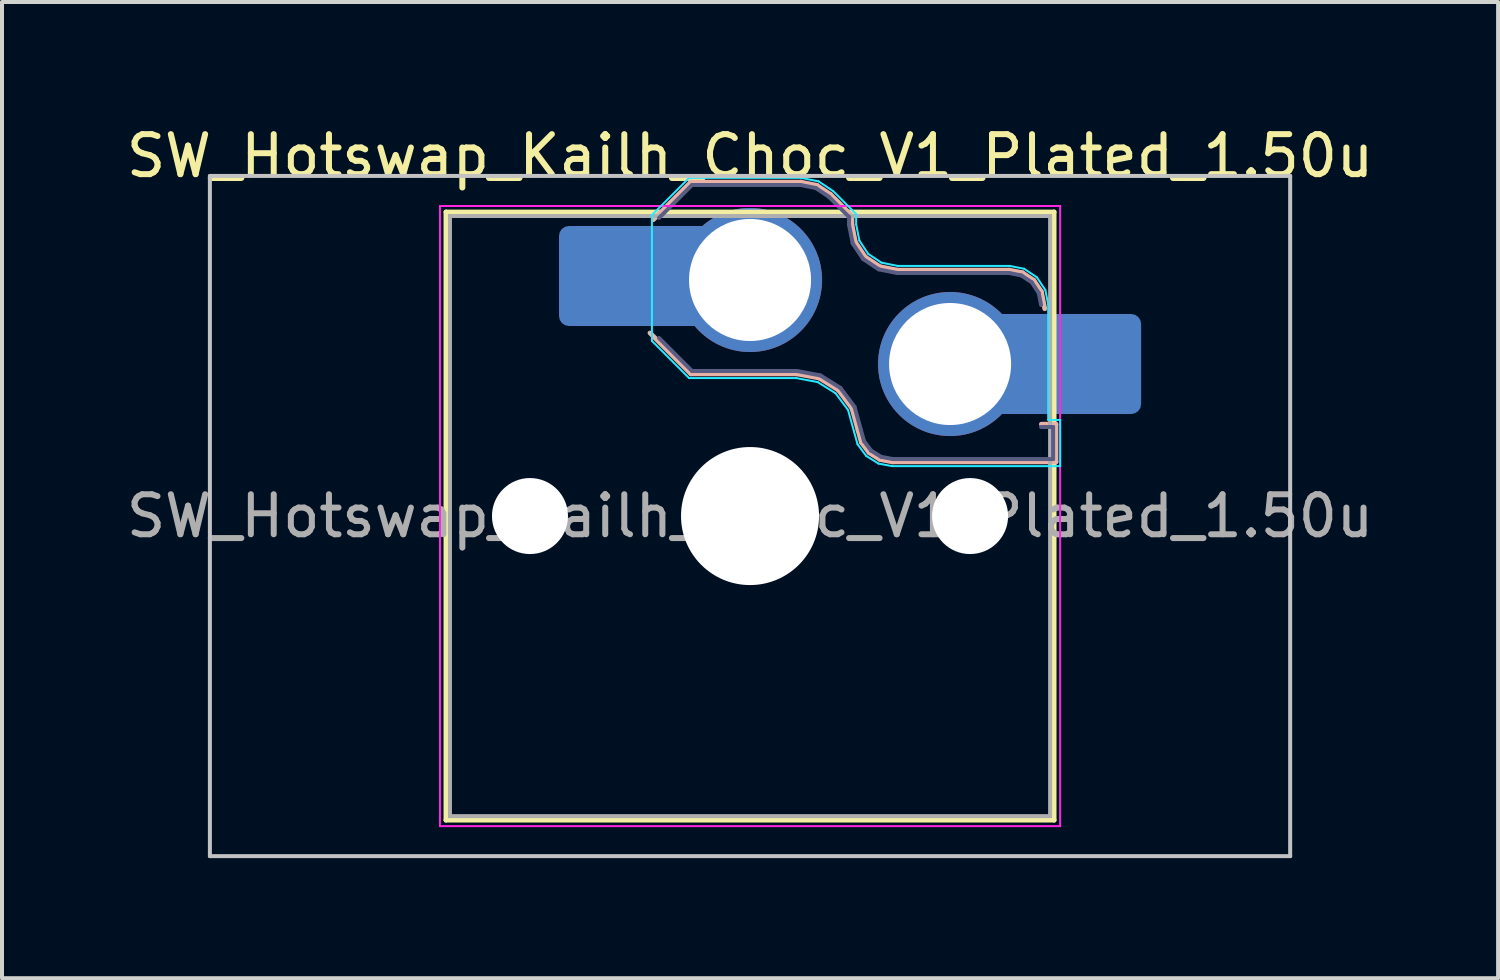
<source format=kicad_pcb>
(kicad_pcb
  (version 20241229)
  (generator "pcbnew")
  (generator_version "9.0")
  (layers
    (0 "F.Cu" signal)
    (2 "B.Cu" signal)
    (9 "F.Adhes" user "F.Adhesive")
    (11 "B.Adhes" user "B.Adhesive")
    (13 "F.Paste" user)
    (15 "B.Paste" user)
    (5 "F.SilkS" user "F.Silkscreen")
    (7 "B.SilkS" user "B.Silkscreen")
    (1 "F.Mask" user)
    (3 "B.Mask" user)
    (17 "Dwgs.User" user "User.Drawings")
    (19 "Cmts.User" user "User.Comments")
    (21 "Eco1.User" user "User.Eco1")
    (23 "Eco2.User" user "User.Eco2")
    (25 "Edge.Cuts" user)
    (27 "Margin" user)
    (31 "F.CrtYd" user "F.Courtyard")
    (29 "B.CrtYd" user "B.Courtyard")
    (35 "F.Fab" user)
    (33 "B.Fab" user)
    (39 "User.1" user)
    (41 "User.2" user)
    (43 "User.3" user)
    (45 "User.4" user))
  (footprint "SW_Hotswap_Kailh_Choc_V1_Plated_1.50u"
    (layer "F.Cu")
    (at 15.696 9.848)
    (property "Reference" "SW_Hotswap_Kailh_Choc_V1_Plated_1.50u" (at 0 -9 0) (layer "F.SilkS") (effects (font (size 1 1) (thickness 0.15))))
    (attr smd)
    (fp_line (start -7.6 -7.6) (end -7.6 7.6) (stroke (width 0.12) (type solid)) (layer "F.SilkS"))
    (fp_line (start -7.6 7.6) (end 7.6 7.6) (stroke (width 0.12) (type solid)) (layer "F.SilkS"))
    (fp_line (start 7.6 -7.6) (end -7.6 -7.6) (stroke (width 0.12) (type solid)) (layer "F.SilkS"))
    (fp_line (start 7.6 7.6) (end 7.6 -7.6) (stroke (width 0.12) (type solid)) (layer "F.SilkS"))
    (fp_line (start -2.416 -7.409) (end -1.479 -8.346) (stroke (width 0.12) (type solid)) (layer "B.SilkS"))
    (fp_line (start -1.479 -8.346) (end 1.268 -8.346) (stroke (width 0.12) (type solid)) (layer "B.SilkS"))
    (fp_line (start -1.479 -3.554) (end -2.5 -4.575) (stroke (width 0.12) (type solid)) (layer "B.SilkS"))
    (fp_line (start 1.168 -3.554) (end -1.479 -3.554) (stroke (width 0.12) (type solid)) (layer "B.SilkS"))
    (fp_line (start 1.268 -8.346) (end 1.671 -8.266) (stroke (width 0.12) (type solid)) (layer "B.SilkS"))
    (fp_line (start 1.671 -8.266) (end 2.013 -8.037) (stroke (width 0.12) (type solid)) (layer "B.SilkS"))
    (fp_line (start 1.73 -3.449) (end 1.168 -3.554) (stroke (width 0.12) (type solid)) (layer "B.SilkS"))
    (fp_line (start 2.013 -8.037) (end 2.546 -7.504) (stroke (width 0.12) (type solid)) (layer "B.SilkS"))
    (fp_line (start 2.209 -3.15) (end 1.73 -3.449) (stroke (width 0.12) (type solid)) (layer "B.SilkS"))
    (fp_line (start 2.546 -7.504) (end 2.546 -7.282) (stroke (width 0.12) (type solid)) (layer "B.SilkS"))
    (fp_line (start 2.546 -7.282) (end 2.633 -6.844) (stroke (width 0.12) (type solid)) (layer "B.SilkS"))
    (fp_line (start 2.547 -2.697) (end 2.209 -3.15) (stroke (width 0.12) (type solid)) (layer "B.SilkS"))
    (fp_line (start 2.633 -6.844) (end 2.877 -6.477) (stroke (width 0.12) (type solid)) (layer "B.SilkS"))
    (fp_line (start 2.701 -2.139) (end 2.547 -2.697) (stroke (width 0.12) (type solid)) (layer "B.SilkS"))
    (fp_line (start 2.783 -1.841) (end 2.701 -2.139) (stroke (width 0.12) (type solid)) (layer "B.SilkS"))
    (fp_line (start 2.877 -6.477) (end 3.244 -6.233) (stroke (width 0.12) (type solid)) (layer "B.SilkS"))
    (fp_line (start 2.976 -1.583) (end 2.783 -1.841) (stroke (width 0.12) (type solid)) (layer "B.SilkS"))
    (fp_line (start 3.244 -6.233) (end 3.682 -6.146) (stroke (width 0.12) (type solid)) (layer "B.SilkS"))
    (fp_line (start 3.25 -1.413) (end 2.976 -1.583) (stroke (width 0.12) (type solid)) (layer "B.SilkS"))
    (fp_line (start 3.56 -1.354) (end 3.25 -1.413) (stroke (width 0.12) (type solid)) (layer "B.SilkS"))
    (fp_line (start 3.682 -6.146) (end 6.482 -6.146) (stroke (width 0.12) (type solid)) (layer "B.SilkS"))
    (fp_line (start 6.482 -6.146) (end 6.809 -6.081) (stroke (width 0.12) (type solid)) (layer "B.SilkS"))
    (fp_line (start 6.809 -6.081) (end 7.092 -5.892) (stroke (width 0.12) (type solid)) (layer "B.SilkS"))
    (fp_line (start 7.092 -5.892) (end 7.281 -5.609) (stroke (width 0.12) (type solid)) (layer "B.SilkS"))
    (fp_line (start 7.281 -5.609) (end 7.366 -5.182) (stroke (width 0.12) (type solid)) (layer "B.SilkS"))
    (fp_line (start 7.283 -2.296) (end 7.646 -2.296) (stroke (width 0.12) (type solid)) (layer "B.SilkS"))
    (fp_line (start 7.646 -2.296) (end 7.646 -1.354) (stroke (width 0.12) (type solid)) (layer "B.SilkS"))
    (fp_line (start 7.646 -1.354) (end 3.56 -1.354) (stroke (width 0.12) (type solid)) (layer "B.SilkS"))
    (fp_line (start -13.5 -8.5) (end -13.5 8.5) (stroke (width 0.1) (type solid)) (layer "Dwgs.User"))
    (fp_line (start -13.5 8.5) (end 13.5 8.5) (stroke (width 0.1) (type solid)) (layer "Dwgs.User"))
    (fp_line (start 13.5 -8.5) (end -13.5 -8.5) (stroke (width 0.1) (type solid)) (layer "Dwgs.User"))
    (fp_line (start 13.5 8.5) (end 13.5 -8.5) (stroke (width 0.1) (type solid)) (layer "Dwgs.User"))
    (fp_line (start -7.25 -7.25) (end -7.25 7.25) (stroke (width 0.1) (type solid)) (layer "Eco1.User"))
    (fp_line (start -7.25 7.25) (end 7.25 7.25) (stroke (width 0.1) (type solid)) (layer "Eco1.User"))
    (fp_line (start 7.25 -7.25) (end -7.25 -7.25) (stroke (width 0.1) (type solid)) (layer "Eco1.User"))
    (fp_line (start 7.25 7.25) (end 7.25 -7.25) (stroke (width 0.1) (type solid)) (layer "Eco1.User"))
    (fp_line (start -2.452 -7.523) (end -1.523 -8.452) (stroke (width 0.05) (type solid)) (layer "B.CrtYd"))
    (fp_line (start -2.452 -4.377) (end -2.452 -7.523) (stroke (width 0.05) (type solid)) (layer "B.CrtYd"))
    (fp_line (start -1.523 -8.452) (end 1.278 -8.452) (stroke (width 0.05) (type solid)) (layer "B.CrtYd"))
    (fp_line (start -1.523 -3.448) (end -2.452 -4.377) (stroke (width 0.05) (type solid)) (layer "B.CrtYd"))
    (fp_line (start 1.159 -3.448) (end -1.523 -3.448) (stroke (width 0.05) (type solid)) (layer "B.CrtYd"))
    (fp_line (start 1.278 -8.452) (end 1.712 -8.366) (stroke (width 0.05) (type solid)) (layer "B.CrtYd"))
    (fp_line (start 1.691 -3.348) (end 1.159 -3.448) (stroke (width 0.05) (type solid)) (layer "B.CrtYd"))
    (fp_line (start 1.712 -8.366) (end 2.081 -8.119) (stroke (width 0.05) (type solid)) (layer "B.CrtYd"))
    (fp_line (start 2.081 -8.119) (end 2.652 -7.548) (stroke (width 0.05) (type solid)) (layer "B.CrtYd"))
    (fp_line (start 2.136 -3.071) (end 1.691 -3.348) (stroke (width 0.05) (type solid)) (layer "B.CrtYd"))
    (fp_line (start 2.45 -2.65) (end 2.136 -3.071) (stroke (width 0.05) (type solid)) (layer "B.CrtYd"))
    (fp_line (start 2.599 -2.111) (end 2.45 -2.65) (stroke (width 0.05) (type solid)) (layer "B.CrtYd"))
    (fp_line (start 2.652 -7.548) (end 2.652 -7.292) (stroke (width 0.05) (type solid)) (layer "B.CrtYd"))
    (fp_line (start 2.652 -7.292) (end 2.733 -6.885) (stroke (width 0.05) (type solid)) (layer "B.CrtYd"))
    (fp_line (start 2.687 -1.794) (end 2.599 -2.111) (stroke (width 0.05) (type solid)) (layer "B.CrtYd"))
    (fp_line (start 2.733 -6.885) (end 2.953 -6.553) (stroke (width 0.05) (type solid)) (layer "B.CrtYd"))
    (fp_line (start 2.903 -1.503) (end 2.687 -1.794) (stroke (width 0.05) (type solid)) (layer "B.CrtYd"))
    (fp_line (start 2.953 -6.553) (end 3.285 -6.333) (stroke (width 0.05) (type solid)) (layer "B.CrtYd"))
    (fp_line (start 3.211 -1.312) (end 2.903 -1.503) (stroke (width 0.05) (type solid)) (layer "B.CrtYd"))
    (fp_line (start 3.285 -6.333) (end 3.692 -6.252) (stroke (width 0.05) (type solid)) (layer "B.CrtYd"))
    (fp_line (start 3.55 -1.248) (end 3.211 -1.312) (stroke (width 0.05) (type solid)) (layer "B.CrtYd"))
    (fp_line (start 3.692 -6.252) (end 6.492 -6.252) (stroke (width 0.05) (type solid)) (layer "B.CrtYd"))
    (fp_line (start 6.492 -6.252) (end 6.85 -6.181) (stroke (width 0.05) (type solid)) (layer "B.CrtYd"))
    (fp_line (start 6.85 -6.181) (end 7.168 -5.968) (stroke (width 0.05) (type solid)) (layer "B.CrtYd"))
    (fp_line (start 7.168 -5.968) (end 7.381 -5.65) (stroke (width 0.05) (type solid)) (layer "B.CrtYd"))
    (fp_line (start 7.381 -5.65) (end 7.452 -5.292) (stroke (width 0.05) (type solid)) (layer "B.CrtYd"))
    (fp_line (start 7.452 -5.292) (end 7.452 -2.402) (stroke (width 0.05) (type solid)) (layer "B.CrtYd"))
    (fp_line (start 7.452 -2.402) (end 7.752 -2.402) (stroke (width 0.05) (type solid)) (layer "B.CrtYd"))
    (fp_line (start 7.752 -2.402) (end 7.752 -1.248) (stroke (width 0.05) (type solid)) (layer "B.CrtYd"))
    (fp_line (start 7.752 -1.248) (end 3.55 -1.248) (stroke (width 0.05) (type solid)) (layer "B.CrtYd"))
    (fp_line (start -7.75 -7.75) (end -7.75 7.75) (stroke (width 0.05) (type solid)) (layer "F.CrtYd"))
    (fp_line (start -7.75 7.75) (end 7.75 7.75) (stroke (width 0.05) (type solid)) (layer "F.CrtYd"))
    (fp_line (start 7.75 -7.75) (end -7.75 -7.75) (stroke (width 0.05) (type solid)) (layer "F.CrtYd"))
    (fp_line (start 7.75 7.75) (end 7.75 -7.75) (stroke (width 0.05) (type solid)) (layer "F.CrtYd"))
    (fp_line (start -2.275 -7.45) (end -1.45 -8.275) (stroke (width 0.1) (type solid)) (layer "B.Fab"))
    (fp_line (start -1.45 -8.275) (end 1.261 -8.275) (stroke (width 0.1) (type solid)) (layer "B.Fab"))
    (fp_line (start -1.45 -3.625) (end -2.275 -4.45) (stroke (width 0.1) (type solid)) (layer "B.Fab"))
    (fp_line (start 1.175 -3.625) (end -1.45 -3.625) (stroke (width 0.1) (type solid)) (layer "B.Fab"))
    (fp_line (start 1.261 -8.275) (end 1.643 -8.199) (stroke (width 0.1) (type solid)) (layer "B.Fab"))
    (fp_line (start 1.643 -8.199) (end 1.968 -7.982) (stroke (width 0.1) (type solid)) (layer "B.Fab"))
    (fp_line (start 1.756 -3.516) (end 1.175 -3.625) (stroke (width 0.1) (type solid)) (layer "B.Fab"))
    (fp_line (start 1.968 -7.982) (end 2.475 -7.475) (stroke (width 0.1) (type solid)) (layer "B.Fab"))
    (fp_line (start 2.258 -3.203) (end 1.756 -3.516) (stroke (width 0.1) (type solid)) (layer "B.Fab"))
    (fp_line (start 2.475 -7.475) (end 2.475 -7.275) (stroke (width 0.1) (type solid)) (layer "B.Fab"))
    (fp_line (start 2.475 -7.275) (end 2.566 -6.816) (stroke (width 0.1) (type solid)) (layer "B.Fab"))
    (fp_line (start 2.566 -6.816) (end 2.826 -6.426) (stroke (width 0.1) (type solid)) (layer "B.Fab"))
    (fp_line (start 2.612 -2.729) (end 2.258 -3.203) (stroke (width 0.1) (type solid)) (layer "B.Fab"))
    (fp_line (start 2.769 -2.158) (end 2.612 -2.729) (stroke (width 0.1) (type solid)) (layer "B.Fab"))
    (fp_line (start 2.826 -6.426) (end 3.216 -6.166) (stroke (width 0.1) (type solid)) (layer "B.Fab"))
    (fp_line (start 2.848 -1.873) (end 2.769 -2.158) (stroke (width 0.1) (type solid)) (layer "B.Fab"))
    (fp_line (start 3.025 -1.636) (end 2.848 -1.873) (stroke (width 0.1) (type solid)) (layer "B.Fab"))
    (fp_line (start 3.216 -6.166) (end 3.675 -6.075) (stroke (width 0.1) (type solid)) (layer "B.Fab"))
    (fp_line (start 3.276 -1.48) (end 3.025 -1.636) (stroke (width 0.1) (type solid)) (layer "B.Fab"))
    (fp_line (start 3.567 -1.425) (end 3.276 -1.48) (stroke (width 0.1) (type solid)) (layer "B.Fab"))
    (fp_line (start 3.675 -6.075) (end 6.475 -6.075) (stroke (width 0.1) (type solid)) (layer "B.Fab"))
    (fp_line (start 6.475 -6.075) (end 6.781 -6.014) (stroke (width 0.1) (type solid)) (layer "B.Fab"))
    (fp_line (start 6.781 -6.014) (end 7.041 -5.841) (stroke (width 0.1) (type solid)) (layer "B.Fab"))
    (fp_line (start 7.041 -5.841) (end 7.214 -5.581) (stroke (width 0.1) (type solid)) (layer "B.Fab"))
    (fp_line (start 7.214 -5.581) (end 7.275 -5.275) (stroke (width 0.1) (type solid)) (layer "B.Fab"))
    (fp_line (start 7.275 -2.225) (end 7.575 -2.225) (stroke (width 0.1) (type solid)) (layer "B.Fab"))
    (fp_line (start 7.575 -2.225) (end 7.575 -1.425) (stroke (width 0.1) (type solid)) (layer "B.Fab"))
    (fp_line (start 7.575 -1.425) (end 3.567 -1.425) (stroke (width 0.1) (type solid)) (layer "B.Fab"))
    (fp_line (start -7.5 -7.5) (end -7.5 7.5) (stroke (width 0.1) (type solid)) (layer "F.Fab"))
    (fp_line (start -7.5 7.5) (end 7.5 7.5) (stroke (width 0.1) (type solid)) (layer "F.Fab"))
    (fp_line (start 7.5 -7.5) (end -7.5 -7.5) (stroke (width 0.1) (type solid)) (layer "F.Fab"))
    (fp_line (start 7.5 7.5) (end 7.5 -7.5) (stroke (width 0.1) (type solid)) (layer "F.Fab"))
    (fp_text user "${REFERENCE}" (at 0 0 0) (layer "F.Fab") (effects (font (size 1 1) (thickness 0.15))))
    (pad "" np_thru_hole circle (at -5.5 0) (size 1.9 1.9) (drill 1.9) (layers "*.Cu" "*.Mask"))
    (pad "" smd roundrect (at -3.5 -6) (size 2.55 2.5) (layers "B.Mask" "B.Paste") (roundrect_rratio 0.1))
    (pad "" smd circle (at 0 -5.9) (size 3.1 3.1) (layers "F.Mask"))
    (pad "" np_thru_hole circle (at 0 0) (size 3.45 3.45) (drill 3.45) (layers "*.Cu" "*.Mask"))
    (pad "" smd circle (at 5 -3.8) (size 3.1 3.1) (layers "F.Mask"))
    (pad "" np_thru_hole circle (at 5.5 0) (size 1.9 1.9) (drill 1.9) (layers "*.Cu" "*.Mask"))
    (pad "" smd roundrect (at 8.5 -3.8) (size 2.55 2.5) (layers "B.Mask" "B.Paste") (roundrect_rratio 0.1))
    (pad "1" smd roundrect (at -2.85 -6) (size 3.85 2.5) (layers "B.Cu") (roundrect_rratio 0.1))
    (pad "1" thru_hole circle (at 0 -5.9) (size 3.6 3.6) (drill 3.05) (layers "*.Cu" "B.Mask"))
    (pad "2" thru_hole circle (at 5 -3.8) (size 3.6 3.6) (drill 3.05) (layers "*.Cu" "B.Mask"))
    (pad "2" smd roundrect (at 7.85 -3.8) (size 3.85 2.5) (layers "B.Cu") (roundrect_rratio 0.1)))
  (gr_rect
    (start -3 -3)
    (end 34.393 21.398)
    (stroke (width 0.1) (type default))
    (fill no)
    (layer "Edge.Cuts")))
</source>
